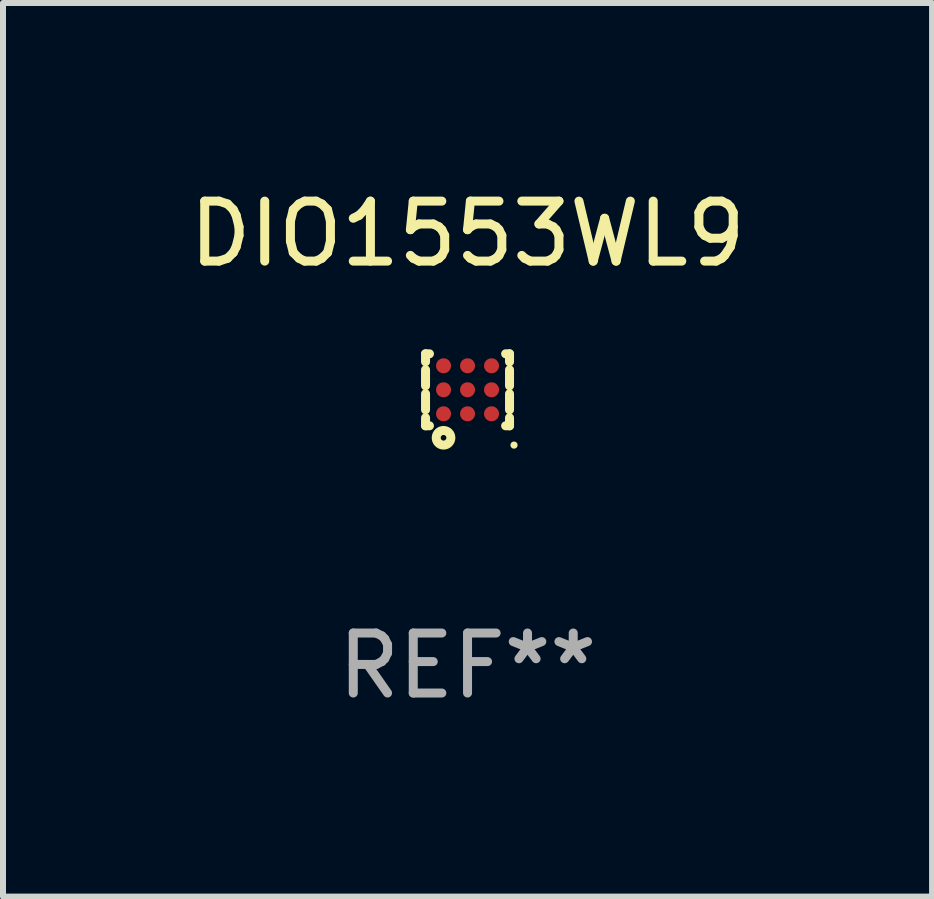
<source format=kicad_pcb>
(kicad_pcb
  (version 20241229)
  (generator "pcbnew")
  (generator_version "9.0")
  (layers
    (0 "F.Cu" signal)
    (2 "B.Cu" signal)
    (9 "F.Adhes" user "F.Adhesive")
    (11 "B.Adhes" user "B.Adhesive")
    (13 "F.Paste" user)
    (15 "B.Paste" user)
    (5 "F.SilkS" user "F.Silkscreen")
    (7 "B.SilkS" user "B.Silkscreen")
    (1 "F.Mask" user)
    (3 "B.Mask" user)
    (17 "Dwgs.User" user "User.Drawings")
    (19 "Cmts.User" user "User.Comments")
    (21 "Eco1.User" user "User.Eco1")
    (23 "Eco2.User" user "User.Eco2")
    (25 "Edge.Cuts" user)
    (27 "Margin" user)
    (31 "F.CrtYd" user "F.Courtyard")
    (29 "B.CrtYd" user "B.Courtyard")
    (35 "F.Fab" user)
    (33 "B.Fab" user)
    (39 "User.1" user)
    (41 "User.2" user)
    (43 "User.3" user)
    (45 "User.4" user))
  (footprint "DIO1553WL9"
    (layer "F.Cu")
    (at 4.744 3.448)
    (property "Reference" "DIO1553WL9" (at 0 -2.6 0) (layer "F.SilkS") (effects (font (size 1 1) (thickness 0.15))))
    (attr through_hole)
    (fp_line (start -0.7 -0.6) (end -0.7 -0.466) (stroke (width 0.15) (type solid)) (layer "F.SilkS"))
    (fp_line (start -0.7 -0.334) (end -0.7 -0.066) (stroke (width 0.15) (type solid)) (layer "F.SilkS"))
    (fp_line (start -0.7 0.066) (end -0.7 0.334) (stroke (width 0.15) (type solid)) (layer "F.SilkS"))
    (fp_line (start -0.7 0.466) (end -0.7 0.6) (stroke (width 0.15) (type solid)) (layer "F.SilkS"))
    (fp_line (start -0.7 0.6) (end -0.635 0.6) (stroke (width 0.15) (type solid)) (layer "F.SilkS"))
    (fp_line (start -0.635 -0.6) (end -0.7 -0.6) (stroke (width 0.15) (type solid)) (layer "F.SilkS"))
    (fp_line (start 0.635 0.6) (end 0.7 0.6) (stroke (width 0.15) (type solid)) (layer "F.SilkS"))
    (fp_line (start 0.7 -0.6) (end 0.635 -0.6) (stroke (width 0.15) (type solid)) (layer "F.SilkS"))
    (fp_line (start 0.7 -0.6) (end 0.7 -0.466) (stroke (width 0.15) (type solid)) (layer "F.SilkS"))
    (fp_line (start 0.7 -0.334) (end 0.7 -0.066) (stroke (width 0.15) (type solid)) (layer "F.SilkS"))
    (fp_line (start 0.7 0.066) (end 0.7 0.334) (stroke (width 0.15) (type solid)) (layer "F.SilkS"))
    (fp_line (start 0.7 0.466) (end 0.7 0.6) (stroke (width 0.15) (type solid)) (layer "F.SilkS"))
    (fp_circle (center -0.4 0.8) (end -0.353 0.8) (stroke (width 0.15) (type solid)) (fill no) (layer "F.SilkS"))
    (fp_circle (center 0.775 0.922) (end 0.805 0.922) (stroke (width 0.06) (type solid)) (fill no) (layer "F.SilkS"))
    (fp_text user "REF**" (at 0 4.6 0) (layer "F.Fab") (effects (font (size 1 1) (thickness 0.15))))
    (pad "A1" smd circle (at -0.4 0.4) (size 0.25 0.25) (layers "F.Cu" "F.Mask" "F.Paste"))
    (pad "A2" smd circle (at -0.4 0.000114) (size 0.25 0.25) (layers "F.Cu" "F.Mask" "F.Paste"))
    (pad "A3" smd circle (at -0.4 -0.4) (size 0.25 0.25) (layers "F.Cu" "F.Mask" "F.Paste"))
    (pad "B1" smd circle (at 0.000127 0.4) (size 0.25 0.25) (layers "F.Cu" "F.Mask" "F.Paste"))
    (pad "B2" smd circle (at 0.000127 -0.00014) (size 0.25 0.25) (layers "F.Cu" "F.Mask" "F.Paste"))
    (pad "B3" smd circle (at 0.000127 -0.4) (size 0.25 0.25) (layers "F.Cu" "F.Mask" "F.Paste"))
    (pad "C1" smd circle (at 0.4 0.4) (size 0.25 0.25) (layers "F.Cu" "F.Mask" "F.Paste"))
    (pad "C2" smd circle (at 0.4 0.000114) (size 0.25 0.25) (layers "F.Cu" "F.Mask" "F.Paste"))
    (pad "C3" smd circle (at 0.4 -0.4) (size 0.25 0.25) (layers "F.Cu" "F.Mask" "F.Paste")))
  (gr_rect
    (start -3 -3)
    (end 12.488 11.897)
    (stroke (width 0.1) (type default))
    (fill no)
    (layer "Edge.Cuts")))
</source>
